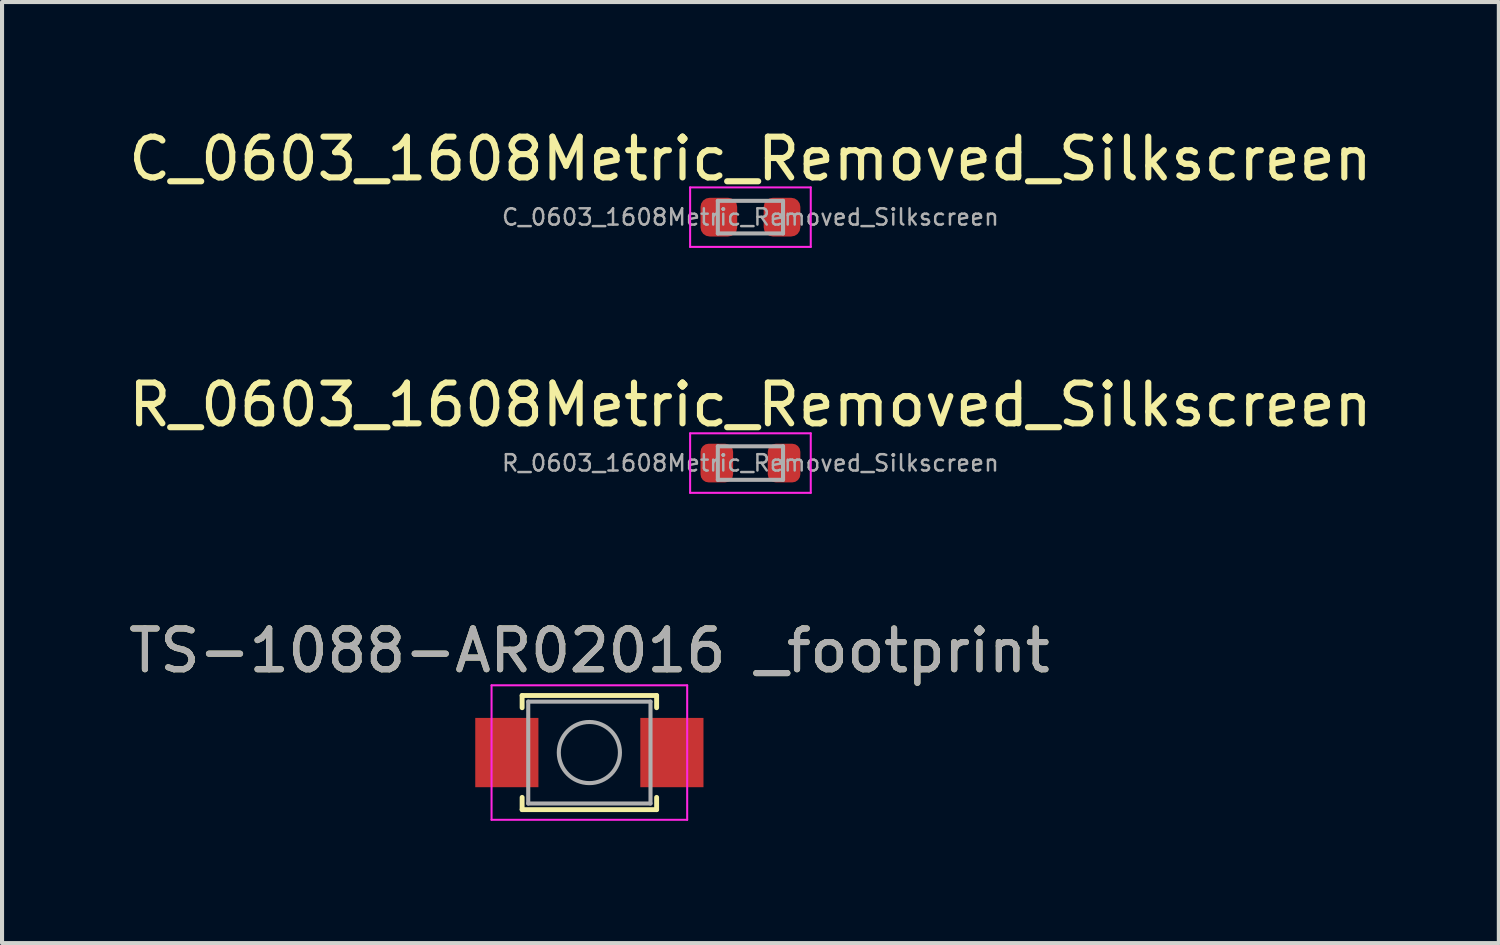
<source format=kicad_pcb>
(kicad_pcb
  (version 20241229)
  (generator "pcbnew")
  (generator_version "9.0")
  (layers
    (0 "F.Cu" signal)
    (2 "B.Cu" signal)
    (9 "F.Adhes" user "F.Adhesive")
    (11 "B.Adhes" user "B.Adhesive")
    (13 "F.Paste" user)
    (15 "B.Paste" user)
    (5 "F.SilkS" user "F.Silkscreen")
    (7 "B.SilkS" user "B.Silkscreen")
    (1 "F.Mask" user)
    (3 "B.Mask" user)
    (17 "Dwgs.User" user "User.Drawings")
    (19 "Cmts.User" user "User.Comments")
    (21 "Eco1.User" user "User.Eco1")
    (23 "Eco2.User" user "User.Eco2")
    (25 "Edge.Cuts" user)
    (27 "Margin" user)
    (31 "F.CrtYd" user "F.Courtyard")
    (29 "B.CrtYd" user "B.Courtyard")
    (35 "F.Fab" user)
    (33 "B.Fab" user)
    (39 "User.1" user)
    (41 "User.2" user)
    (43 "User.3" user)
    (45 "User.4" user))
  (footprint "TS-1088-AR02016 _footprint"
    (layer "F.Cu")
    (at 11.411 15.415)
    (property "Reference" "TS-1088-AR02016 _footprint" (at 0 -2.5 0) (layer "F.SilkS") (effects (font (size 1 1) (thickness 0.15))))
    (attr smd)
    (fp_line (start -1.65 -1.4) (end 1.65 -1.4) (stroke (width 0.12) (type solid)) (layer "F.SilkS"))
    (fp_line (start -1.65 -1.1) (end -1.65 -1.4) (stroke (width 0.12) (type solid)) (layer "F.SilkS"))
    (fp_line (start -1.65 1.1) (end -1.65 1.4) (stroke (width 0.12) (type solid)) (layer "F.SilkS"))
    (fp_line (start -1.65 1.4) (end 1.65 1.4) (stroke (width 0.12) (type solid)) (layer "F.SilkS"))
    (fp_line (start 1.65 -1.4) (end 1.65 -1.1) (stroke (width 0.12) (type solid)) (layer "F.SilkS"))
    (fp_line (start 1.65 1.4) (end 1.65 1.1) (stroke (width 0.12) (type solid)) (layer "F.SilkS"))
    (fp_line (start -2.4 -1.65) (end -2.4 1.65) (stroke (width 0.05) (type solid)) (layer "F.CrtYd"))
    (fp_line (start -2.4 1.65) (end 2.4 1.65) (stroke (width 0.05) (type solid)) (layer "F.CrtYd"))
    (fp_line (start 2.4 -1.65) (end -2.4 -1.65) (stroke (width 0.05) (type solid)) (layer "F.CrtYd"))
    (fp_line (start 2.4 1.65) (end 2.4 -1.65) (stroke (width 0.05) (type solid)) (layer "F.CrtYd"))
    (fp_line (start -1.5 -1.25) (end 1.5 -1.25) (stroke (width 0.1) (type solid)) (layer "F.Fab"))
    (fp_line (start -1.5 1.25) (end -1.5 -1.25) (stroke (width 0.1) (type solid)) (layer "F.Fab"))
    (fp_line (start 1.5 -1.25) (end 1.5 1.25) (stroke (width 0.1) (type solid)) (layer "F.Fab"))
    (fp_line (start 1.5 1.25) (end -1.5 1.25) (stroke (width 0.1) (type solid)) (layer "F.Fab"))
    (fp_circle (center 0 0) (end 0.75 0) (stroke (width 0.1) (type solid)) (fill no) (layer "F.Fab"))
    (fp_text user "${REFERENCE}" (at 0 -2.5 0) (layer "F.Fab") (effects (font (size 1 1) (thickness 0.15))))
    (pad "1" smd rect (at -2.025 0) (size 1.55 1.7) (layers "F.Cu" "F.Mask" "F.Paste"))
    (pad "2" smd rect (at 2.025 0) (size 1.55 1.7) (layers "F.Cu" "F.Mask" "F.Paste")))
  (footprint "C_0603_1608Metric_Removed_Silkscreen"
    (layer "F.Cu")
    (at 15.363 2.278)
    (property "Reference" "C_0603_1608Metric_Removed_Silkscreen" (at 0 -1.43 0) (layer "F.SilkS") (effects (font (size 1 1) (thickness 0.15))))
    (attr smd)
    (fp_line (start -1.48 -0.73) (end 1.48 -0.73) (stroke (width 0.05) (type solid)) (layer "F.CrtYd"))
    (fp_line (start -1.48 0.73) (end -1.48 -0.73) (stroke (width 0.05) (type solid)) (layer "F.CrtYd"))
    (fp_line (start 1.48 -0.73) (end 1.48 0.73) (stroke (width 0.05) (type solid)) (layer "F.CrtYd"))
    (fp_line (start 1.48 0.73) (end -1.48 0.73) (stroke (width 0.05) (type solid)) (layer "F.CrtYd"))
    (fp_line (start -0.8 -0.4) (end 0.8 -0.4) (stroke (width 0.1) (type solid)) (layer "F.Fab"))
    (fp_line (start -0.8 0.4) (end -0.8 -0.4) (stroke (width 0.1) (type solid)) (layer "F.Fab"))
    (fp_line (start 0.8 -0.4) (end 0.8 0.4) (stroke (width 0.1) (type solid)) (layer "F.Fab"))
    (fp_line (start 0.8 0.4) (end -0.8 0.4) (stroke (width 0.1) (type solid)) (layer "F.Fab"))
    (fp_text user "${REFERENCE}" (at 0 0 0) (layer "F.Fab") (effects (font (size 0.4 0.4) (thickness 0.06))))
    (pad "1" smd roundrect (at -0.775 0) (size 0.9 0.95) (layers "F.Cu" "F.Mask" "F.Paste") (roundrect_rratio 0.25))
    (pad "2" smd roundrect (at 0.775 0) (size 0.9 0.95) (layers "F.Cu" "F.Mask" "F.Paste") (roundrect_rratio 0.25)))
  (footprint "R_0603_1608Metric_Removed_Silkscreen"
    (layer "F.Cu")
    (at 15.363 8.312)
    (property "Reference" "R_0603_1608Metric_Removed_Silkscreen" (at 0 -1.43 0) (layer "F.SilkS") (effects (font (size 1 1) (thickness 0.15))))
    (attr smd)
    (fp_line (start -1.48 -0.73) (end 1.48 -0.73) (stroke (width 0.05) (type solid)) (layer "F.CrtYd"))
    (fp_line (start -1.48 0.73) (end -1.48 -0.73) (stroke (width 0.05) (type solid)) (layer "F.CrtYd"))
    (fp_line (start 1.48 -0.73) (end 1.48 0.73) (stroke (width 0.05) (type solid)) (layer "F.CrtYd"))
    (fp_line (start 1.48 0.73) (end -1.48 0.73) (stroke (width 0.05) (type solid)) (layer "F.CrtYd"))
    (fp_line (start -0.8 -0.412) (end 0.8 -0.412) (stroke (width 0.1) (type solid)) (layer "F.Fab"))
    (fp_line (start -0.8 0.412) (end -0.8 -0.412) (stroke (width 0.1) (type solid)) (layer "F.Fab"))
    (fp_line (start 0.8 -0.412) (end 0.8 0.412) (stroke (width 0.1) (type solid)) (layer "F.Fab"))
    (fp_line (start 0.8 0.412) (end -0.8 0.412) (stroke (width 0.1) (type solid)) (layer "F.Fab"))
    (fp_text user "${REFERENCE}" (at 0 0 0) (layer "F.Fab") (effects (font (size 0.4 0.4) (thickness 0.06))))
    (pad "1" smd roundrect (at -0.825 0) (size 0.8 0.95) (layers "F.Cu" "F.Mask" "F.Paste") (roundrect_rratio 0.25))
    (pad "2" smd roundrect (at 0.825 0) (size 0.8 0.95) (layers "F.Cu" "F.Mask" "F.Paste") (roundrect_rratio 0.25)))
  (gr_rect
    (start -3 -3)
    (end 33.726 20.09)
    (stroke (width 0.1) (type default))
    (fill no)
    (layer "Edge.Cuts")))
</source>
